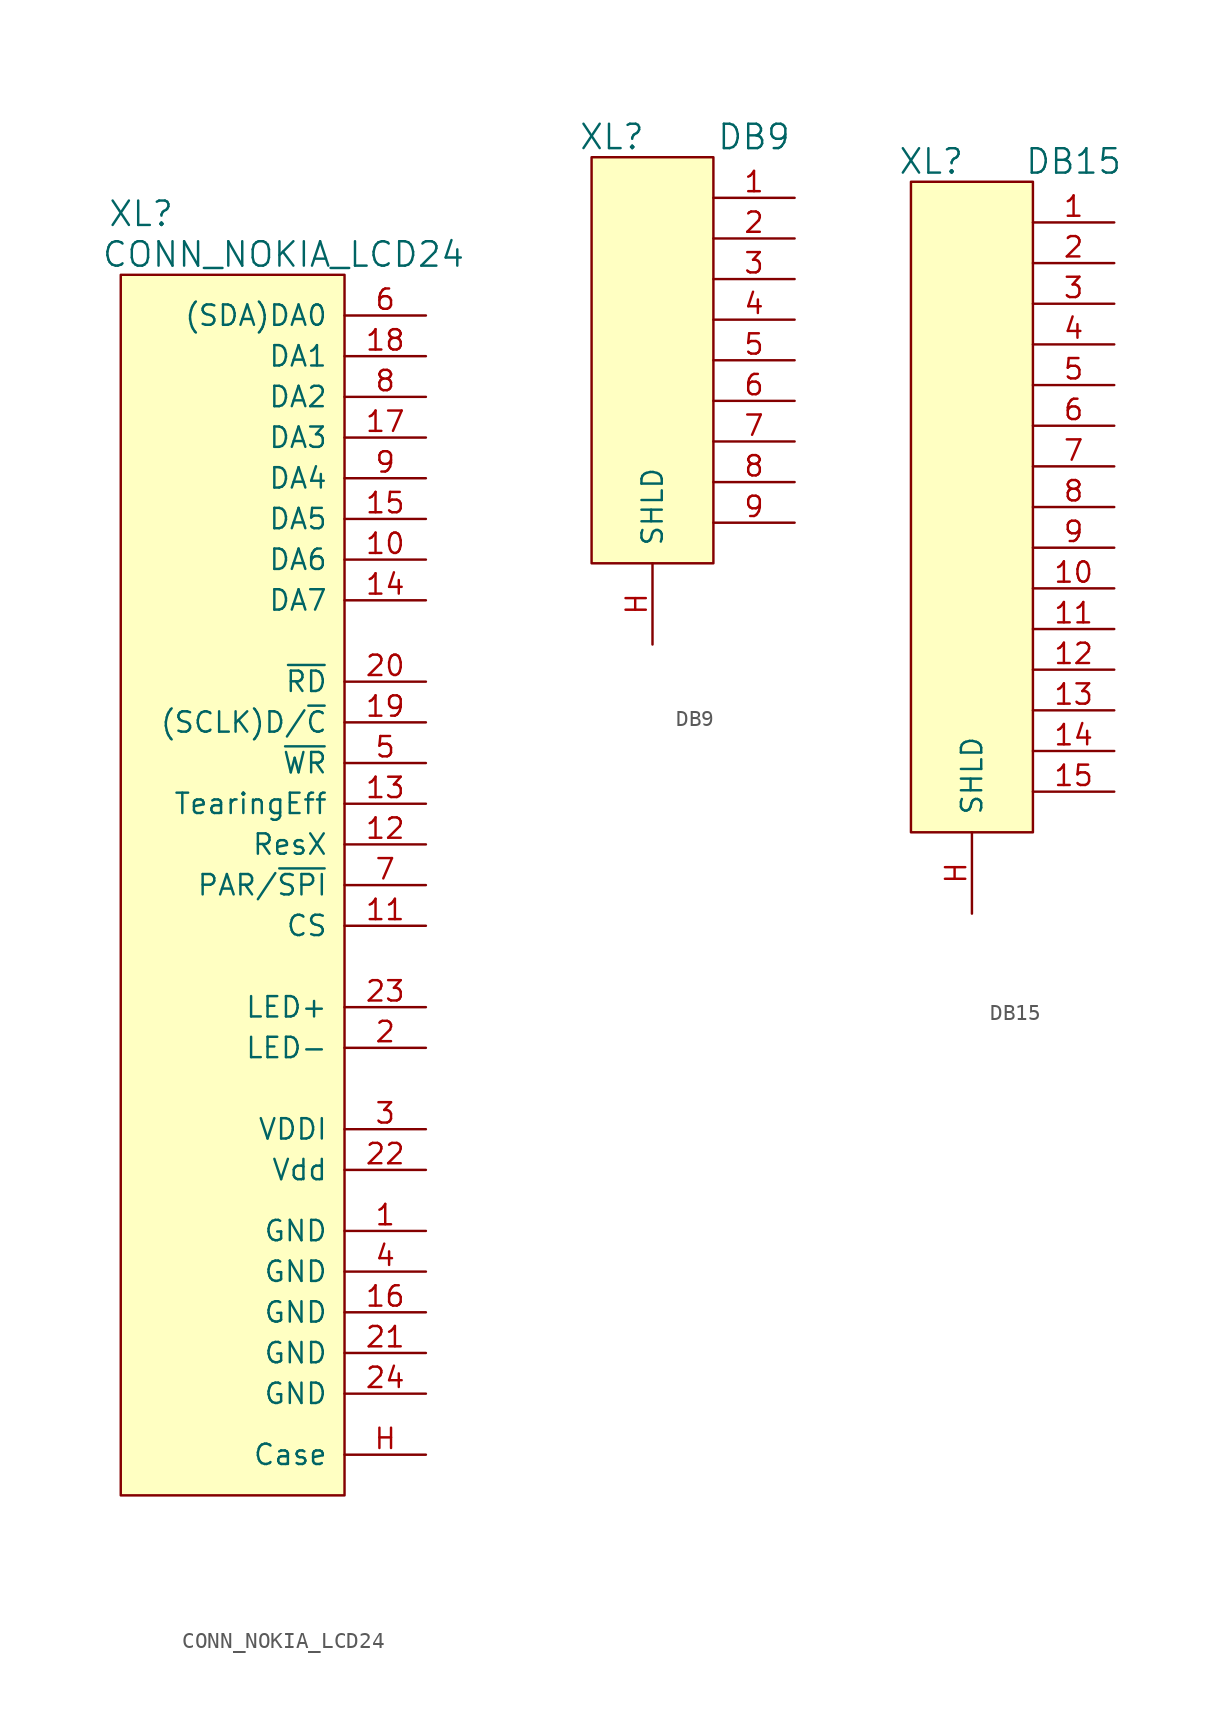
<source format=kicad_sym>
(kicad_symbol_lib
  (version 20201005)
  (generator kicad_symbol_editor)
  (symbol "Connectors_kl:CONN_NOKIA_LCD24"
    (pin_names
      (offset 1.016))
    (property "Reference" "XL"
      (at -7.62 41.91 0)
      (effects (font (size 1.524 1.524))))
    (property "Value" "CONN_NOKIA_LCD24"
      (at 1.27 39.37 0)
      (effects (font (size 1.524 1.524))))
    (property "Footprint" ""
      (at 0 0 0)
      (effects (font (size 1.524 1.524))))
    (property "Datasheet" ""
      (at 0 0 0)
      (effects (font (size 1.524 1.524))))
    (symbol "CONN_NOKIA_LCD24_0_1"
      (rectangle (start 5.08 38.1) (end -8.89 -38.1) (stroke (width 0)) (fill (type background))))
    (symbol "CONN_NOKIA_LCD24_1_1"
      (pin power_in line (at 10.16 -21.59 180) (length 5.08) (name "GND" (effects (font (size 1.27 1.27)))) (number "1" (effects (font (size 1.27 1.27)))))
      (pin passive line (at 10.16 20.32 180) (length 5.08) (name "DA6" (effects (font (size 1.27 1.27)))) (number "10" (effects (font (size 1.27 1.27)))))
      (pin passive line (at 10.16 -2.54 180) (length 5.08) (name "CS" (effects (font (size 1.27 1.27)))) (number "11" (effects (font (size 1.27 1.27)))))
      (pin passive line (at 10.16 2.54 180) (length 5.08) (name "ResX" (effects (font (size 1.27 1.27)))) (number "12" (effects (font (size 1.27 1.27)))))
      (pin passive line (at 10.16 5.08 180) (length 5.08) (name "TearingEff" (effects (font (size 1.27 1.27)))) (number "13" (effects (font (size 1.27 1.27)))))
      (pin passive line (at 10.16 17.78 180) (length 5.08) (name "DA7" (effects (font (size 1.27 1.27)))) (number "14" (effects (font (size 1.27 1.27)))))
      (pin passive line (at 10.16 22.86 180) (length 5.08) (name "DA5" (effects (font (size 1.27 1.27)))) (number "15" (effects (font (size 1.27 1.27)))))
      (pin power_in line (at 10.16 -26.67 180) (length 5.08) (name "GND" (effects (font (size 1.27 1.27)))) (number "16" (effects (font (size 1.27 1.27)))))
      (pin passive line (at 10.16 27.94 180) (length 5.08) (name "DA3" (effects (font (size 1.27 1.27)))) (number "17" (effects (font (size 1.27 1.27)))))
      (pin passive line (at 10.16 33.02 180) (length 5.08) (name "DA1" (effects (font (size 1.27 1.27)))) (number "18" (effects (font (size 1.27 1.27)))))
      (pin passive line (at 10.16 10.16 180) (length 5.08) (name "(SCLK)D/~C" (effects (font (size 1.27 1.27)))) (number "19" (effects (font (size 1.27 1.27)))))
      (pin power_in line (at 10.16 -10.16 180) (length 5.08) (name "LED-" (effects (font (size 1.27 1.27)))) (number "2" (effects (font (size 1.27 1.27)))))
      (pin passive line (at 10.16 12.7 180) (length 5.08) (name "~RD" (effects (font (size 1.27 1.27)))) (number "20" (effects (font (size 1.27 1.27)))))
      (pin power_in line (at 10.16 -29.21 180) (length 5.08) (name "GND" (effects (font (size 1.27 1.27)))) (number "21" (effects (font (size 1.27 1.27)))))
      (pin power_in line (at 10.16 -17.78 180) (length 5.08) (name "Vdd" (effects (font (size 1.27 1.27)))) (number "22" (effects (font (size 1.27 1.27)))))
      (pin passive line (at 10.16 -7.62 180) (length 5.08) (name "LED+" (effects (font (size 1.27 1.27)))) (number "23" (effects (font (size 1.27 1.27)))))
      (pin power_in line (at 10.16 -31.75 180) (length 5.08) (name "GND" (effects (font (size 1.27 1.27)))) (number "24" (effects (font (size 1.27 1.27)))))
      (pin power_in line (at 10.16 -15.24 180) (length 5.08) (name "VDDI" (effects (font (size 1.27 1.27)))) (number "3" (effects (font (size 1.27 1.27)))))
      (pin power_in line (at 10.16 -24.13 180) (length 5.08) (name "GND" (effects (font (size 1.27 1.27)))) (number "4" (effects (font (size 1.27 1.27)))))
      (pin passive line (at 10.16 7.62 180) (length 5.08) (name "~WR" (effects (font (size 1.27 1.27)))) (number "5" (effects (font (size 1.27 1.27)))))
      (pin passive line (at 10.16 35.56 180) (length 5.08) (name "(SDA)DA0" (effects (font (size 1.27 1.27)))) (number "6" (effects (font (size 1.27 1.27)))))
      (pin passive line (at 10.16 0 180) (length 5.08) (name "PAR/~SPI" (effects (font (size 1.27 1.27)))) (number "7" (effects (font (size 1.27 1.27)))))
      (pin passive line (at 10.16 30.48 180) (length 5.08) (name "DA2" (effects (font (size 1.27 1.27)))) (number "8" (effects (font (size 1.27 1.27)))))
      (pin passive line (at 10.16 25.4 180) (length 5.08) (name "DA4" (effects (font (size 1.27 1.27)))) (number "9" (effects (font (size 1.27 1.27)))))
      (pin power_in line (at 10.16 -35.56 180) (length 5.08) (name "Case" (effects (font (size 1.27 1.27)))) (number "H" (effects (font (size 1.27 1.27)))))))
  (symbol "Connectors_kl:DB9"
    (pin_names
      (offset 1.016))
    (property "Reference" "XL"
      (at -2.54 13.97 0)
      (effects (font (size 1.524 1.524))))
    (property "Value" "DB9"
      (at 6.35 13.97 0)
      (effects (font (size 1.524 1.524))))
    (property "Footprint" ""
      (at 0 0 0)
      (effects (font (size 1.524 1.524))))
    (property "Datasheet" ""
      (at 0 0 0)
      (effects (font (size 1.524 1.524))))
    (symbol "DB9_0_1"
      (rectangle (start 3.81 12.7) (end -3.81 -12.7) (stroke (width 0)) (fill (type background))))
    (symbol "DB9_1_1"
      (pin passive line (at 8.89 10.16 180) (length 5.08) (name "~" (effects (font (size 1.27 1.27)))) (number "1" (effects (font (size 1.27 1.27)))))
      (pin passive line (at 8.89 7.62 180) (length 5.08) (name "~" (effects (font (size 1.27 1.27)))) (number "2" (effects (font (size 1.27 1.27)))))
      (pin passive line (at 8.89 5.08 180) (length 5.08) (name "~" (effects (font (size 1.27 1.27)))) (number "3" (effects (font (size 1.27 1.27)))))
      (pin passive line (at 8.89 2.54 180) (length 5.08) (name "~" (effects (font (size 1.27 1.27)))) (number "4" (effects (font (size 1.27 1.27)))))
      (pin passive line (at 8.89 0 180) (length 5.08) (name "~" (effects (font (size 1.27 1.27)))) (number "5" (effects (font (size 1.27 1.27)))))
      (pin passive line (at 8.89 -2.54 180) (length 5.08) (name "~" (effects (font (size 1.27 1.27)))) (number "6" (effects (font (size 1.27 1.27)))))
      (pin passive line (at 8.89 -5.08 180) (length 5.08) (name "~" (effects (font (size 1.27 1.27)))) (number "7" (effects (font (size 1.27 1.27)))))
      (pin passive line (at 8.89 -7.62 180) (length 5.08) (name "~" (effects (font (size 1.27 1.27)))) (number "8" (effects (font (size 1.27 1.27)))))
      (pin passive line (at 8.89 -10.16 180) (length 5.08) (name "~" (effects (font (size 1.27 1.27)))) (number "9" (effects (font (size 1.27 1.27)))))
      (pin passive line (at 0 -17.78 90) (length 5.08) (name "SHLD" (effects (font (size 1.27 1.27)))) (number "H" (effects (font (size 1.27 1.27)))))))
  (symbol "Connectors_kl:DB15"
    (pin_names
      (offset 1.016))
    (property "Reference" "XL"
      (at -2.54 21.59 0)
      (effects (font (size 1.524 1.524))))
    (property "Value" "DB15"
      (at 6.35 21.59 0)
      (effects (font (size 1.524 1.524))))
    (property "Footprint" ""
      (at 0 0 0)
      (effects (font (size 1.524 1.524))))
    (property "Datasheet" ""
      (at 0 0 0)
      (effects (font (size 1.524 1.524))))
    (symbol "DB15_0_1"
      (rectangle (start 3.81 20.32) (end -3.81 -20.32) (stroke (width 0)) (fill (type background))))
    (symbol "DB15_1_1"
      (pin passive line (at 8.89 17.78 180) (length 5.08) (name "~" (effects (font (size 1.27 1.27)))) (number "1" (effects (font (size 1.27 1.27)))))
      (pin passive line (at 8.89 -5.08 180) (length 5.08) (name "~" (effects (font (size 1.27 1.27)))) (number "10" (effects (font (size 1.27 1.27)))))
      (pin passive line (at 8.89 -7.62 180) (length 5.08) (name "~" (effects (font (size 1.27 1.27)))) (number "11" (effects (font (size 1.27 1.27)))))
      (pin passive line (at 8.89 -10.16 180) (length 5.08) (name "~" (effects (font (size 1.27 1.27)))) (number "12" (effects (font (size 1.27 1.27)))))
      (pin passive line (at 8.89 -12.7 180) (length 5.08) (name "~" (effects (font (size 1.27 1.27)))) (number "13" (effects (font (size 1.27 1.27)))))
      (pin passive line (at 8.89 -15.24 180) (length 5.08) (name "~" (effects (font (size 1.27 1.27)))) (number "14" (effects (font (size 1.27 1.27)))))
      (pin passive line (at 8.89 -17.78 180) (length 5.08) (name "~" (effects (font (size 1.27 1.27)))) (number "15" (effects (font (size 1.27 1.27)))))
      (pin passive line (at 8.89 15.24 180) (length 5.08) (name "~" (effects (font (size 1.27 1.27)))) (number "2" (effects (font (size 1.27 1.27)))))
      (pin passive line (at 8.89 12.7 180) (length 5.08) (name "~" (effects (font (size 1.27 1.27)))) (number "3" (effects (font (size 1.27 1.27)))))
      (pin passive line (at 8.89 10.16 180) (length 5.08) (name "~" (effects (font (size 1.27 1.27)))) (number "4" (effects (font (size 1.27 1.27)))))
      (pin passive line (at 8.89 7.62 180) (length 5.08) (name "~" (effects (font (size 1.27 1.27)))) (number "5" (effects (font (size 1.27 1.27)))))
      (pin passive line (at 8.89 5.08 180) (length 5.08) (name "~" (effects (font (size 1.27 1.27)))) (number "6" (effects (font (size 1.27 1.27)))))
      (pin passive line (at 8.89 2.54 180) (length 5.08) (name "~" (effects (font (size 1.27 1.27)))) (number "7" (effects (font (size 1.27 1.27)))))
      (pin passive line (at 8.89 0 180) (length 5.08) (name "~" (effects (font (size 1.27 1.27)))) (number "8" (effects (font (size 1.27 1.27)))))
      (pin passive line (at 8.89 -2.54 180) (length 5.08) (name "~" (effects (font (size 1.27 1.27)))) (number "9" (effects (font (size 1.27 1.27)))))
      (pin passive line (at 0 -25.4 90) (length 5.08) (name "SHLD" (effects (font (size 1.27 1.27)))) (number "H" (effects (font (size 1.27 1.27))))))))
</source>
